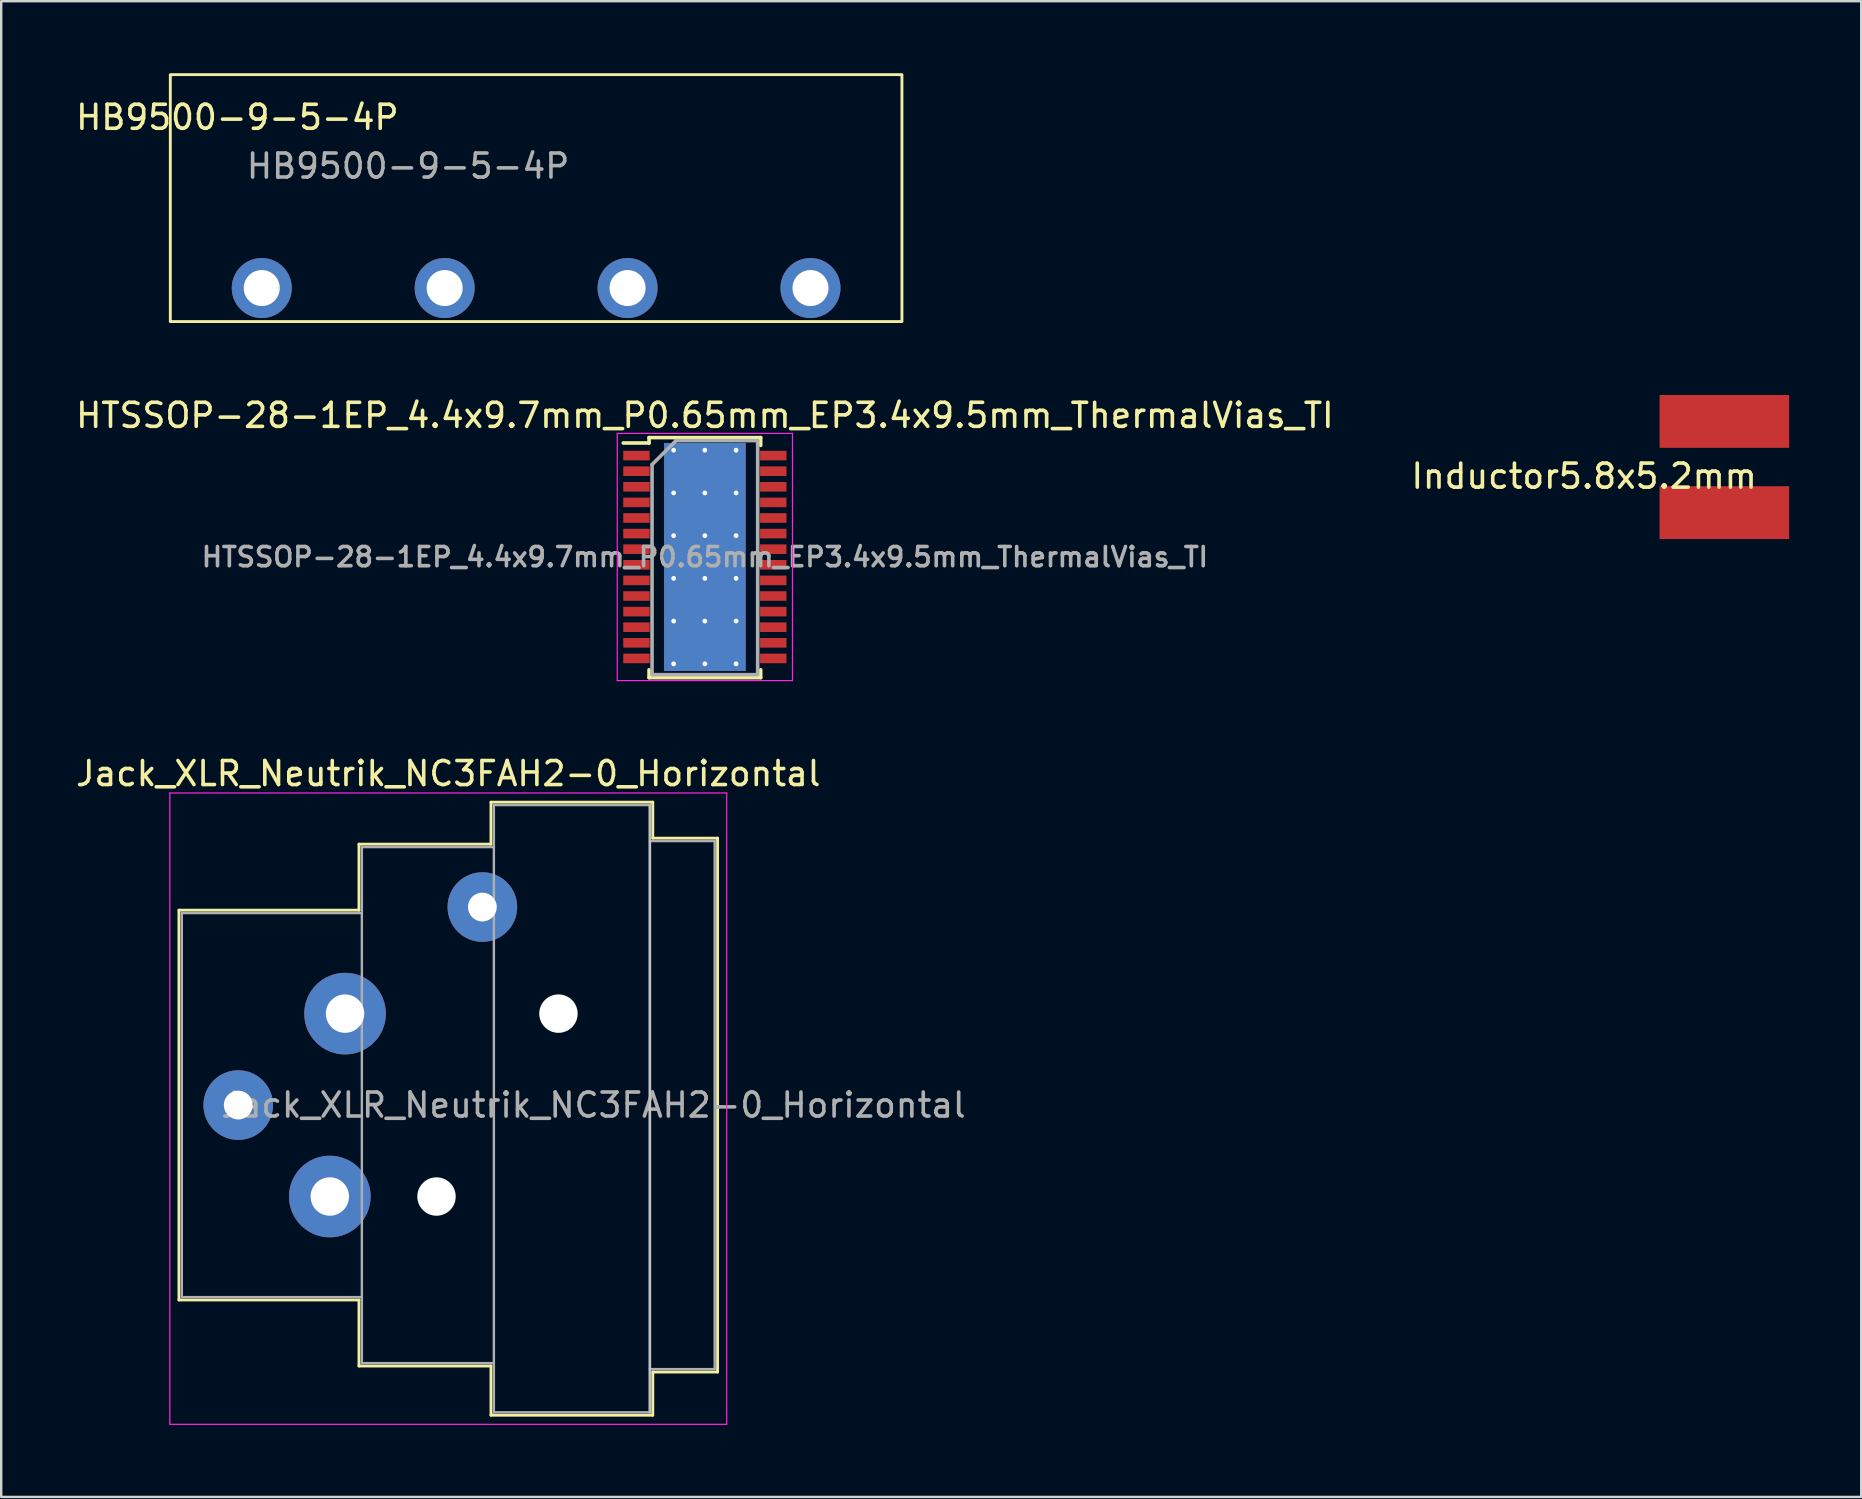
<source format=kicad_pcb>
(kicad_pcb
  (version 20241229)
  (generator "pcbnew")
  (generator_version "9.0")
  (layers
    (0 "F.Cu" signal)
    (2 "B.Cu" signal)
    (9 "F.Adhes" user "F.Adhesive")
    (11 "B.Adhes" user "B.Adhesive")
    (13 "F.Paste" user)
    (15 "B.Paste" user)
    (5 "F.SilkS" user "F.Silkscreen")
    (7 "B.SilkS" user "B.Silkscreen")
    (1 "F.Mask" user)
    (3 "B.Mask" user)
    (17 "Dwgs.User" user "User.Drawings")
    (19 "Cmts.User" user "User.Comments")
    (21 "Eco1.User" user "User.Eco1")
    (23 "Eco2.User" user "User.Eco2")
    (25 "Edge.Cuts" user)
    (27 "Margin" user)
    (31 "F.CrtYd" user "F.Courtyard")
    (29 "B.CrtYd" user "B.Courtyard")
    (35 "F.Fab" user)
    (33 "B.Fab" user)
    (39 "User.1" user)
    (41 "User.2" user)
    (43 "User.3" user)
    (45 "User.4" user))
  (footprint "Inductor5.8x5.2mm"
    (layer "F.Cu")
    (at 68.788 16.407)
    (property "Reference" "Inductor5.8x5.2mm" (at -5.842 0.381 0) (layer "F.SilkS") (effects (font (size 1 1) (thickness 0.15))))
    (attr through_hole)
    (pad "1" smd rect (at 0 1.9) (size 5.4 2.2) (layers "F.Cu" "F.Mask" "F.Paste"))
    (pad "2" smd rect (at 0 -1.9) (size 5.4 2.2) (layers "F.Cu" "F.Mask" "F.Paste")))
  (footprint "Jack_XLR_Neutrik_NC3FAH2-0_Horizontal"
    (layer "F.Cu")
    (at 11.325 39.178)
    (property "Reference" "Jack_XLR_Neutrik_NC3FAH2-0_Horizontal" (at 4.3 -10 0) (layer "F.SilkS") (effects (font (size 1 1) (thickness 0.15))))
    (attr through_hole)
    (fp_line (start -6.92 -4.31) (end -6.92 11.93) (stroke (width 0.12) (type solid)) (layer "F.SilkS"))
    (fp_line (start 0.58 -7.06) (end 0.58 -4.31) (stroke (width 0.12) (type solid)) (layer "F.SilkS"))
    (fp_line (start 0.58 -4.31) (end -6.92 -4.31) (stroke (width 0.12) (type solid)) (layer "F.SilkS"))
    (fp_line (start 0.58 11.93) (end -6.92 11.93) (stroke (width 0.12) (type solid)) (layer "F.SilkS"))
    (fp_line (start 0.58 11.93) (end 0.58 14.68) (stroke (width 0.12) (type solid)) (layer "F.SilkS"))
    (fp_line (start 6.08 -7.06) (end 0.58 -7.06) (stroke (width 0.12) (type solid)) (layer "F.SilkS"))
    (fp_line (start 6.08 -7.06) (end 6.08 -8.81) (stroke (width 0.12) (type solid)) (layer "F.SilkS"))
    (fp_line (start 6.08 14.68) (end 0.58 14.68) (stroke (width 0.12) (type solid)) (layer "F.SilkS"))
    (fp_line (start 6.08 16.73) (end 6.08 14.68) (stroke (width 0.12) (type solid)) (layer "F.SilkS"))
    (fp_line (start 12.82 -8.81) (end 6.08 -8.81) (stroke (width 0.12) (type solid)) (layer "F.SilkS"))
    (fp_line (start 12.82 -8.81) (end 12.82 -7.31) (stroke (width 0.12) (type solid)) (layer "F.SilkS"))
    (fp_line (start 12.82 -7.31) (end 15.52 -7.31) (stroke (width 0.12) (type solid)) (layer "F.SilkS"))
    (fp_line (start 12.82 14.93) (end 12.82 16.73) (stroke (width 0.12) (type solid)) (layer "F.SilkS"))
    (fp_line (start 12.82 14.93) (end 15.52 14.93) (stroke (width 0.12) (type solid)) (layer "F.SilkS"))
    (fp_line (start 12.82 16.73) (end 6.08 16.73) (stroke (width 0.12) (type solid)) (layer "F.SilkS"))
    (fp_line (start 15.52 -7.31) (end 15.52 14.93) (stroke (width 0.12) (type solid)) (layer "F.SilkS"))
    (fp_line (start 12.7 -8.69) (end 12.7 16.61) (stroke (width 0.1) (type solid)) (layer "Dwgs.User"))
    (fp_line (start -7.3 -9.19) (end -7.3 17.11) (stroke (width 0.05) (type solid)) (layer "F.CrtYd"))
    (fp_line (start 15.9 -9.19) (end -7.3 -9.19) (stroke (width 0.05) (type solid)) (layer "F.CrtYd"))
    (fp_line (start 15.9 -9.19) (end 15.9 17.11) (stroke (width 0.05) (type solid)) (layer "F.CrtYd"))
    (fp_line (start 15.9 17.11) (end -7.3 17.11) (stroke (width 0.05) (type solid)) (layer "F.CrtYd"))
    (fp_line (start -6.8 -4.19) (end -6.8 11.81) (stroke (width 0.1) (type solid)) (layer "F.Fab"))
    (fp_line (start -6.8 11.81) (end 0.7 11.81) (stroke (width 0.1) (type solid)) (layer "F.Fab"))
    (fp_line (start 0.7 -6.94) (end 0.7 14.56) (stroke (width 0.1) (type solid)) (layer "F.Fab"))
    (fp_line (start 0.7 -4.19) (end -6.8 -4.19) (stroke (width 0.1) (type solid)) (layer "F.Fab"))
    (fp_line (start 0.7 14.56) (end 6.2 14.56) (stroke (width 0.1) (type solid)) (layer "F.Fab"))
    (fp_line (start 6.2 -8.69) (end 12.7 -8.69) (stroke (width 0.1) (type solid)) (layer "F.Fab"))
    (fp_line (start 6.2 -6.94) (end 0.7 -6.94) (stroke (width 0.1) (type solid)) (layer "F.Fab"))
    (fp_line (start 6.2 16.61) (end 6.2 -8.69) (stroke (width 0.1) (type solid)) (layer "F.Fab"))
    (fp_line (start 12.7 -8.69) (end 12.7 16.61) (stroke (width 0.1) (type solid)) (layer "F.Fab"))
    (fp_line (start 12.7 -7.19) (end 15.4 -7.19) (stroke (width 0.1) (type solid)) (layer "F.Fab"))
    (fp_line (start 12.7 16.61) (end 6.2 16.61) (stroke (width 0.1) (type solid)) (layer "F.Fab"))
    (fp_line (start 15.4 -7.19) (end 15.4 14.81) (stroke (width 0.1) (type solid)) (layer "F.Fab"))
    (fp_line (start 15.4 14.81) (end 12.7 14.81) (stroke (width 0.1) (type solid)) (layer "F.Fab"))
    (fp_text user "${REFERENCE}" (at 10.35 3.81 0) (layer "F.Fab") (effects (font (size 1 1) (thickness 0.15))))
    (pad "" np_thru_hole circle (at 3.81 7.62) (size 1.6 1.6) (drill 1.6) (layers "*.Cu" "*.Mask"))
    (pad "" np_thru_hole circle (at 8.89 0) (size 1.6 1.6) (drill 1.6) (layers "*.Cu" "*.Mask"))
    (pad "1" thru_hole circle (at 0 0) (size 3.4 3.4) (drill 1.6) (layers "*.Cu" "*.Mask"))
    (pad "2" thru_hole circle (at -0.635 7.62) (size 3.4 3.4) (drill 1.6) (layers "*.Cu" "*.Mask"))
    (pad "3" thru_hole circle (at -4.45 3.81) (size 2.9 2.9) (drill 1.2) (layers "*.Cu" "*.Mask"))
    (pad "G" thru_hole circle (at 5.72 -4.44) (size 2.9 2.9) (drill 1.2) (layers "*.Cu" "*.Mask")))
  (footprint "HTSSOP-28-1EP_4.4x9.7mm_P0.65mm_EP3.4x9.5mm_ThermalVias_TI"
    (layer "F.Cu")
    (at 26.315 20.155)
    (property "Reference" "HTSSOP-28-1EP_4.4x9.7mm_P0.65mm_EP3.4x9.5mm_ThermalVias_TI" (at 0 -5.9 0) (layer "F.SilkS") (effects (font (size 1 1) (thickness 0.15))))
    (attr smd)
    (fp_line (start -2.325 -4.975) (end -2.325 -4.75) (stroke (width 0.15) (type solid)) (layer "F.SilkS"))
    (fp_line (start -2.325 -4.975) (end 2.325 -4.975) (stroke (width 0.15) (type solid)) (layer "F.SilkS"))
    (fp_line (start -2.325 -4.75) (end -3.4 -4.75) (stroke (width 0.15) (type solid)) (layer "F.SilkS"))
    (fp_line (start -2.325 5.026) (end -2.325 4.701) (stroke (width 0.15) (type solid)) (layer "F.SilkS"))
    (fp_line (start -2.325 5.026) (end 2.325 5.026) (stroke (width 0.15) (type solid)) (layer "F.SilkS"))
    (fp_line (start 2.325 -4.975) (end 2.325 -4.65) (stroke (width 0.15) (type solid)) (layer "F.SilkS"))
    (fp_line (start 2.325 5.026) (end 2.325 4.701) (stroke (width 0.15) (type solid)) (layer "F.SilkS"))
    (fp_line (start -3.65 -5.15) (end -3.65 5.15) (stroke (width 0.05) (type solid)) (layer "F.CrtYd"))
    (fp_line (start -3.65 -5.15) (end 3.65 -5.15) (stroke (width 0.05) (type solid)) (layer "F.CrtYd"))
    (fp_line (start -3.65 5.15) (end 3.65 5.15) (stroke (width 0.05) (type solid)) (layer "F.CrtYd"))
    (fp_line (start 3.65 -5.15) (end 3.65 5.15) (stroke (width 0.05) (type solid)) (layer "F.CrtYd"))
    (fp_line (start -2.2 -3.85) (end -1.2 -4.85) (stroke (width 0.15) (type solid)) (layer "F.Fab"))
    (fp_line (start -2.2 4.85) (end -2.2 -3.85) (stroke (width 0.15) (type solid)) (layer "F.Fab"))
    (fp_line (start -1.2 -4.85) (end 2.2 -4.85) (stroke (width 0.15) (type solid)) (layer "F.Fab"))
    (fp_line (start 2.2 -4.85) (end 2.2 4.85) (stroke (width 0.15) (type solid)) (layer "F.Fab"))
    (fp_line (start 2.2 4.901) (end -2.2 4.901) (stroke (width 0.15) (type solid)) (layer "F.Fab"))
    (fp_text user "${REFERENCE}" (at 0 0 0) (layer "F.Fab") (effects (font (size 0.8 0.8) (thickness 0.15))))
    (pad "" smd rect (at -0.85 -3.56) (size 1.4 1.4) (layers "F.Paste"))
    (pad "" smd rect (at -0.85 -1.78) (size 1.4 1.4) (layers "F.Paste"))
    (pad "" smd rect (at -0.85 0) (size 1.4 1.4) (layers "F.Paste"))
    (pad "" smd rect (at -0.85 1.78) (size 1.4 1.4) (layers "F.Paste"))
    (pad "" smd rect (at -0.85 3.56) (size 1.4 1.4) (layers "F.Paste"))
    (pad "" smd rect (at 0.85 -3.56) (size 1.4 1.4) (layers "F.Paste"))
    (pad "" smd rect (at 0.85 -1.78) (size 1.4 1.4) (layers "F.Paste"))
    (pad "" smd rect (at 0.85 0) (size 1.4 1.4) (layers "F.Paste"))
    (pad "" smd rect (at 0.85 1.78) (size 1.4 1.4) (layers "F.Paste"))
    (pad "" smd rect (at 0.85 3.56) (size 1.4 1.4) (layers "F.Paste"))
    (pad "1" smd rect (at -2.85 -4.225) (size 1.1 0.4) (layers "F.Cu" "F.Mask" "F.Paste"))
    (pad "2" smd rect (at -2.85 -3.575) (size 1.1 0.4) (layers "F.Cu" "F.Mask" "F.Paste"))
    (pad "3" smd rect (at -2.85 -2.925) (size 1.1 0.4) (layers "F.Cu" "F.Mask" "F.Paste"))
    (pad "4" smd rect (at -2.85 -2.275) (size 1.1 0.4) (layers "F.Cu" "F.Mask" "F.Paste"))
    (pad "5" smd rect (at -2.85 -1.625) (size 1.1 0.4) (layers "F.Cu" "F.Mask" "F.Paste"))
    (pad "6" smd rect (at -2.85 -0.975) (size 1.1 0.4) (layers "F.Cu" "F.Mask" "F.Paste"))
    (pad "7" smd rect (at -2.85 -0.325) (size 1.1 0.4) (layers "F.Cu" "F.Mask" "F.Paste"))
    (pad "8" smd rect (at -2.85 0.325) (size 1.1 0.4) (layers "F.Cu" "F.Mask" "F.Paste"))
    (pad "9" smd rect (at -2.85 0.975) (size 1.1 0.4) (layers "F.Cu" "F.Mask" "F.Paste"))
    (pad "10" smd rect (at -2.85 1.625) (size 1.1 0.4) (layers "F.Cu" "F.Mask" "F.Paste"))
    (pad "11" smd rect (at -2.85 2.275) (size 1.1 0.4) (layers "F.Cu" "F.Mask" "F.Paste"))
    (pad "12" smd rect (at -2.85 2.925) (size 1.1 0.4) (layers "F.Cu" "F.Mask" "F.Paste"))
    (pad "13" smd rect (at -2.85 3.575) (size 1.1 0.4) (layers "F.Cu" "F.Mask" "F.Paste"))
    (pad "14" smd rect (at -2.85 4.225) (size 1.1 0.4) (layers "F.Cu" "F.Mask" "F.Paste"))
    (pad "15" smd rect (at 2.85 4.225) (size 1.1 0.4) (layers "F.Cu" "F.Mask" "F.Paste"))
    (pad "16" smd rect (at 2.85 3.575) (size 1.1 0.4) (layers "F.Cu" "F.Mask" "F.Paste"))
    (pad "17" smd rect (at 2.85 2.925) (size 1.1 0.4) (layers "F.Cu" "F.Mask" "F.Paste"))
    (pad "18" smd rect (at 2.85 2.275) (size 1.1 0.4) (layers "F.Cu" "F.Mask" "F.Paste"))
    (pad "19" smd rect (at 2.85 1.625) (size 1.1 0.4) (layers "F.Cu" "F.Mask" "F.Paste"))
    (pad "20" smd rect (at 2.85 0.975) (size 1.1 0.4) (layers "F.Cu" "F.Mask" "F.Paste"))
    (pad "21" smd rect (at 2.85 0.325) (size 1.1 0.4) (layers "F.Cu" "F.Mask" "F.Paste"))
    (pad "22" smd rect (at 2.85 -0.325) (size 1.1 0.4) (layers "F.Cu" "F.Mask" "F.Paste"))
    (pad "23" smd rect (at 2.85 -0.975) (size 1.1 0.4) (layers "F.Cu" "F.Mask" "F.Paste"))
    (pad "24" smd rect (at 2.85 -1.625) (size 1.1 0.4) (layers "F.Cu" "F.Mask" "F.Paste"))
    (pad "25" smd rect (at 2.85 -2.275) (size 1.1 0.4) (layers "F.Cu" "F.Mask" "F.Paste"))
    (pad "26" smd rect (at 2.85 -2.925) (size 1.1 0.4) (layers "F.Cu" "F.Mask" "F.Paste"))
    (pad "27" smd rect (at 2.85 -3.575) (size 1.1 0.4) (layers "F.Cu" "F.Mask" "F.Paste"))
    (pad "28" smd rect (at 2.85 -4.225) (size 1.1 0.4) (layers "F.Cu" "F.Mask" "F.Paste"))
    (pad "29" thru_hole circle (at -1.3 -4.45) (size 0.5 0.5) (drill 0.2) (layers "*.Cu"))
    (pad "29" thru_hole circle (at -1.3 -2.67) (size 0.5 0.5) (drill 0.2) (layers "*.Cu"))
    (pad "29" thru_hole circle (at -1.3 -0.89) (size 0.5 0.5) (drill 0.2) (layers "*.Cu"))
    (pad "29" thru_hole circle (at -1.3 0.89) (size 0.5 0.5) (drill 0.2) (layers "*.Cu"))
    (pad "29" thru_hole circle (at -1.3 2.67) (size 0.5 0.5) (drill 0.2) (layers "*.Cu"))
    (pad "29" thru_hole circle (at -1.3 4.45) (size 0.5 0.5) (drill 0.2) (layers "*.Cu"))
    (pad "29" thru_hole circle (at 0 -4.45) (size 0.5 0.5) (drill 0.2) (layers "*.Cu"))
    (pad "29" thru_hole circle (at 0 -2.67) (size 0.5 0.5) (drill 0.2) (layers "*.Cu"))
    (pad "29" thru_hole circle (at 0 -0.89) (size 0.5 0.5) (drill 0.2) (layers "*.Cu"))
    (pad "29" smd rect (at 0 0) (size 3.4 9.5) (layers "F.Cu" "F.Mask"))
    (pad "29" smd rect (at 0 0) (size 3.4 9.5) (layers "B.Cu"))
    (pad "29" thru_hole circle (at 0 0.89) (size 0.5 0.5) (drill 0.2) (layers "*.Cu"))
    (pad "29" thru_hole circle (at 0 2.67) (size 0.5 0.5) (drill 0.2) (layers "*.Cu"))
    (pad "29" thru_hole circle (at 0 4.45) (size 0.5 0.5) (drill 0.2) (layers "*.Cu"))
    (pad "29" thru_hole circle (at 1.3 -4.45) (size 0.5 0.5) (drill 0.2) (layers "*.Cu"))
    (pad "29" thru_hole circle (at 1.3 -2.67) (size 0.5 0.5) (drill 0.2) (layers "*.Cu"))
    (pad "29" thru_hole circle (at 1.3 -0.89) (size 0.5 0.5) (drill 0.2) (layers "*.Cu"))
    (pad "29" thru_hole circle (at 1.3 0.89) (size 0.5 0.5) (drill 0.2) (layers "*.Cu"))
    (pad "29" thru_hole circle (at 1.3 2.67) (size 0.5 0.5) (drill 0.2) (layers "*.Cu"))
    (pad "29" thru_hole circle (at 1.3 4.45) (size 0.5 0.5) (drill 0.2) (layers "*.Cu")))
  (footprint "HB9500-9-5-4P"
    (layer "F.Cu")
    (at 7.855 8.95)
    (property "Reference" "HB9500-9-5-4P" (at -1.016 -7.112 0) (unlocked yes) (layer "F.SilkS") (effects (font (size 1 1) (thickness 0.15))))
    (fp_rect (start -3.81 -8.89) (end 26.67 1.397) (stroke (width 0.12) (type solid)) (fill no) (layer "F.SilkS"))
    (fp_text user "${REFERENCE}" (at 6.096 -5.08 0) (unlocked yes) (layer "F.Fab") (effects (font (size 1 1) (thickness 0.15))))
    (pad "1" thru_hole circle (at 0 0) (size 2.5 2.5) (drill 1.5) (layers "*.Cu" "*.Mask"))
    (pad "2" thru_hole circle (at 7.62 0) (size 2.5 2.5) (drill 1.5) (layers "*.Cu" "*.Mask"))
    (pad "3" thru_hole circle (at 15.24 0) (size 2.5 2.5) (drill 1.5) (layers "*.Cu" "*.Mask"))
    (pad "4" thru_hole circle (at 22.86 0) (size 2.5 2.5) (drill 1.5) (layers "*.Cu" "*.Mask")))
  (gr_rect
    (start -3 -3)
    (end 74.488 59.313)
    (stroke (width 0.1) (type default))
    (fill no)
    (layer "Edge.Cuts")))
</source>
